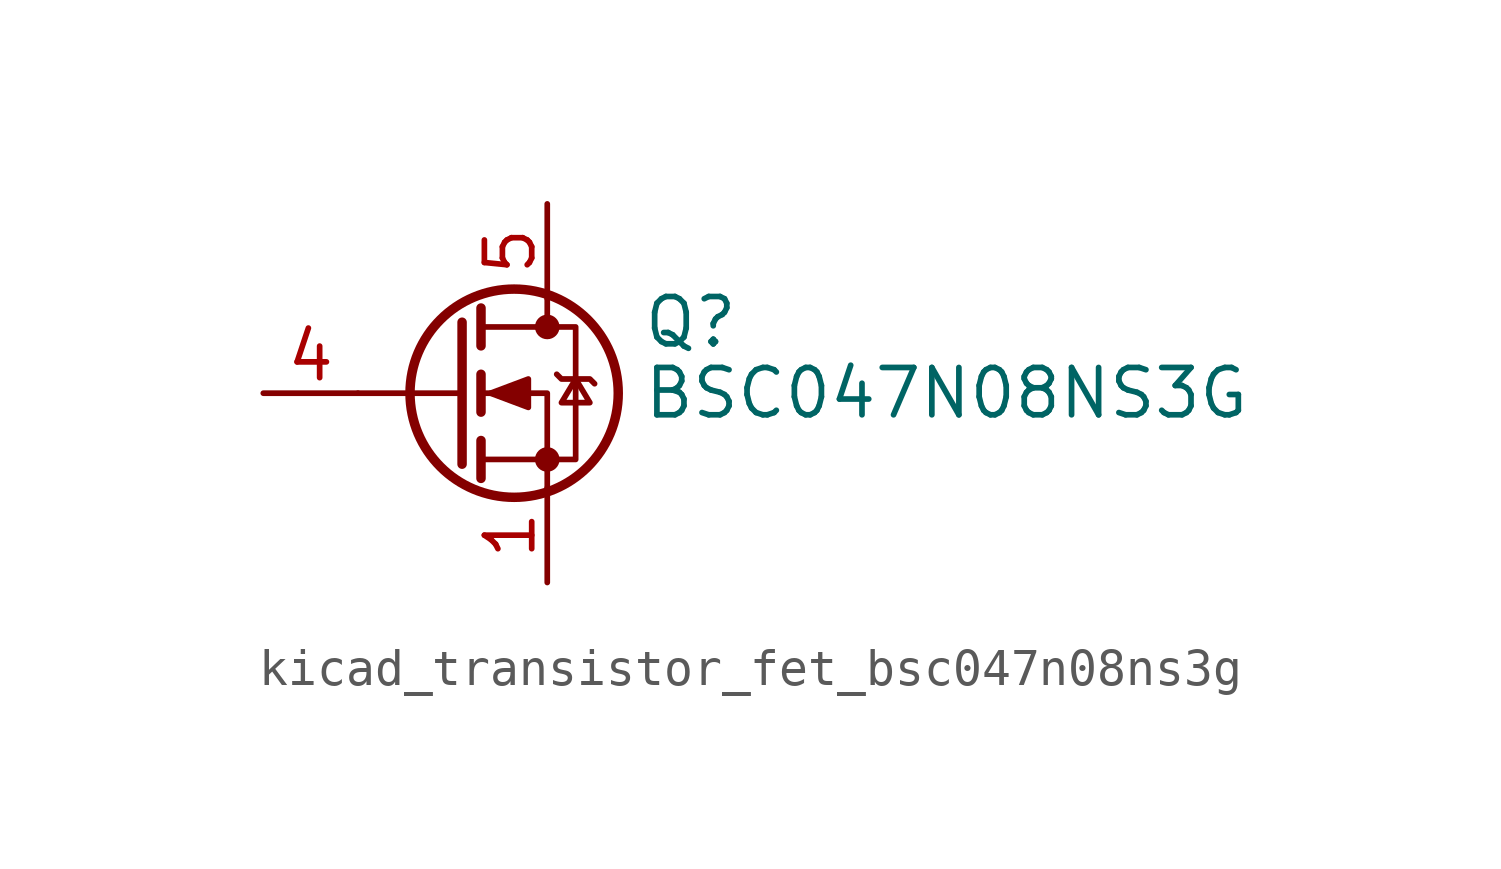
<source format=kicad_sym>
(kicad_symbol_lib
  (version 20220914)
  (generator kicad_symbol_editor)
  (symbol "kicad_transistor_fet_bsc047n08ns3g"
    (pin_names hide)
    (property "Reference" "Q"
      (at 5.08 1.905 0)
      (effects (font (size 1.27 1.27)) (justify left)))
    (property "Value" "BSC047N08NS3G"
      (at 5.08 0 0)
      (effects (font (size 1.27 1.27)) (justify left)))
    (symbol "kicad_transistor_fet_bsc047n08ns3g_0_1"
      (polyline (pts (xy 0.254 0) (xy -2.54 0)) (stroke (width 0) (type default)) (fill (type none)))
      (polyline (pts (xy 0.254 1.905) (xy 0.254 -1.905)) (stroke (width 0.254) (type default)) (fill (type none)))
      (polyline (pts (xy 0.762 -1.27) (xy 0.762 -2.286)) (stroke (width 0.254) (type default)) (fill (type none)))
      (polyline (pts (xy 0.762 0.508) (xy 0.762 -0.508)) (stroke (width 0.254) (type default)) (fill (type none)))
      (polyline (pts (xy 0.762 2.286) (xy 0.762 1.27)) (stroke (width 0.254) (type default)) (fill (type none)))
      (polyline (pts (xy 2.54 2.54) (xy 2.54 1.778)) (stroke (width 0) (type default)) (fill (type none)))
      (polyline (pts (xy 2.54 -2.54) (xy 2.54 0) (xy 0.762 0)) (stroke (width 0) (type default)) (fill (type none)))
      (polyline (pts (xy 0.762 -1.778) (xy 3.302 -1.778) (xy 3.302 1.778) (xy 0.762 1.778)) (stroke (width 0) (type default)) (fill (type none)))
      (polyline (pts (xy 1.016 0) (xy 2.032 0.381) (xy 2.032 -0.381) (xy 1.016 0)) (stroke (width 0) (type default)) (fill (type outline)))
      (polyline (pts (xy 2.794 0.508) (xy 2.921 0.381) (xy 3.683 0.381) (xy 3.81 0.254)) (stroke (width 0) (type default)) (fill (type none)))
      (polyline (pts (xy 3.302 0.381) (xy 2.921 -0.254) (xy 3.683 -0.254) (xy 3.302 0.381)) (stroke (width 0) (type default)) (fill (type none)))
      (circle (center 1.651 0) (radius 2.794) (stroke (width 0.254) (type default)) (fill (type none)))
      (circle (center 2.54 -1.778) (radius 0.254) (stroke (width 0) (type default)) (fill (type outline)))
      (circle (center 2.54 1.778) (radius 0.254) (stroke (width 0) (type default)) (fill (type outline))))
    (symbol "kicad_transistor_fet_bsc047n08ns3g_1_1"
      (pin passive line (at 2.54 -5.08 90) (length 2.54) (name "S" (effects (font (size 1.27 1.27)))) (number "1" (effects (font (size 1.27 1.27)))))
      (pin passive line (at 2.54 -5.08 90) (length 2.54) hide (name "S" (effects (font (size 1.27 1.27)))) (number "2" (effects (font (size 1.27 1.27)))))
      (pin passive line (at 2.54 -5.08 90) (length 2.54) hide (name "S" (effects (font (size 1.27 1.27)))) (number "3" (effects (font (size 1.27 1.27)))))
      (pin passive line (at -5.08 0 0) (length 2.54) (name "G" (effects (font (size 1.27 1.27)))) (number "4" (effects (font (size 1.27 1.27)))))
      (pin passive line (at 2.54 5.08 270) (length 2.54) (name "D" (effects (font (size 1.27 1.27)))) (number "5" (effects (font (size 1.27 1.27))))))))
</source>
